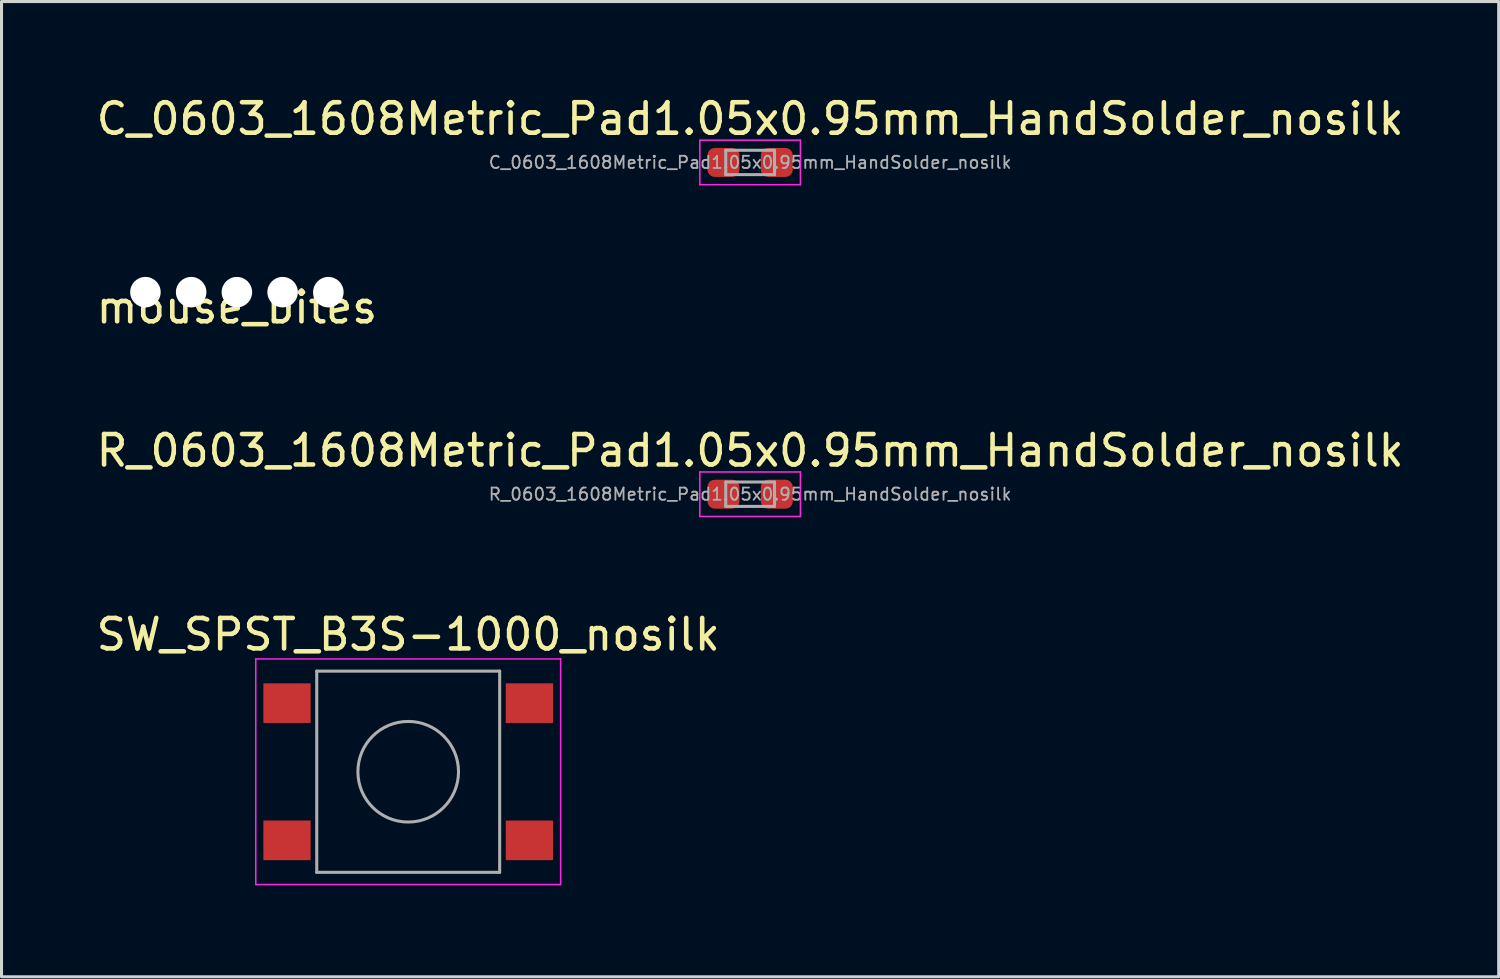
<source format=kicad_pcb>
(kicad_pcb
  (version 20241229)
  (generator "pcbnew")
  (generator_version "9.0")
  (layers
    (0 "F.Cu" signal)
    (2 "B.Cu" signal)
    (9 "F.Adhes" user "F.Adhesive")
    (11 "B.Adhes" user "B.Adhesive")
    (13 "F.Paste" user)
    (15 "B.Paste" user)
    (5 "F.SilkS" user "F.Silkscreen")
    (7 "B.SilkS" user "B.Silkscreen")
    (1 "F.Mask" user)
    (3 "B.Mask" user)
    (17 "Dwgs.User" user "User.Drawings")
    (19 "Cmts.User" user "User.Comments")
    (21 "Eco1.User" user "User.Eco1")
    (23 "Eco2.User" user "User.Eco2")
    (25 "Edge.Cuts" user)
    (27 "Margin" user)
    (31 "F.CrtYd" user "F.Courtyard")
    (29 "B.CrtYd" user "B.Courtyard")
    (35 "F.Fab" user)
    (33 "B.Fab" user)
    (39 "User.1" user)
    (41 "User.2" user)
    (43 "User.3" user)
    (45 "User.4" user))
  (footprint "R_0603_1608Metric_Pad1.05x0.95mm_HandSolder_nosilk"
    (layer "F.Cu")
    (at 21.554 13.16)
    (property "Reference" "R_0603_1608Metric_Pad1.05x0.95mm_HandSolder_nosilk" (at 0 -1.43 0) (layer "F.SilkS") (effects (font (size 1 1) (thickness 0.15))))
    (attr smd)
    (fp_line (start -1.65 -0.73) (end 1.65 -0.73) (stroke (width 0.05) (type solid)) (layer "F.CrtYd"))
    (fp_line (start -1.65 0.73) (end -1.65 -0.73) (stroke (width 0.05) (type solid)) (layer "F.CrtYd"))
    (fp_line (start 1.65 -0.73) (end 1.65 0.73) (stroke (width 0.05) (type solid)) (layer "F.CrtYd"))
    (fp_line (start 1.65 0.73) (end -1.65 0.73) (stroke (width 0.05) (type solid)) (layer "F.CrtYd"))
    (fp_line (start -0.8 -0.4) (end 0.8 -0.4) (stroke (width 0.1) (type solid)) (layer "F.Fab"))
    (fp_line (start -0.8 0.4) (end -0.8 -0.4) (stroke (width 0.1) (type solid)) (layer "F.Fab"))
    (fp_line (start 0.8 -0.4) (end 0.8 0.4) (stroke (width 0.1) (type solid)) (layer "F.Fab"))
    (fp_line (start 0.8 0.4) (end -0.8 0.4) (stroke (width 0.1) (type solid)) (layer "F.Fab"))
    (fp_text user "${REFERENCE}" (at 0 0 0) (layer "F.Fab") (effects (font (size 0.4 0.4) (thickness 0.06))))
    (pad "1" smd roundrect (at -0.875 0) (size 1.05 0.95) (layers "F.Cu" "F.Mask" "F.Paste") (roundrect_rratio 0.25))
    (pad "2" smd roundrect (at 0.875 0) (size 1.05 0.95) (layers "F.Cu" "F.Mask" "F.Paste") (roundrect_rratio 0.25)))
  (footprint "SW_SPST_B3S-1000_nosilk"
    (layer "F.Cu")
    (at 10.339 22.263)
    (property "Reference" "SW_SPST_B3S-1000_nosilk" (at 0 -4.5 0) (layer "F.SilkS") (effects (font (size 1 1) (thickness 0.15))))
    (attr smd)
    (fp_line (start -5 -3.7) (end -5 3.7) (stroke (width 0.05) (type solid)) (layer "F.CrtYd"))
    (fp_line (start -5 3.7) (end 5 3.7) (stroke (width 0.05) (type solid)) (layer "F.CrtYd"))
    (fp_line (start 5 -3.7) (end -5 -3.7) (stroke (width 0.05) (type solid)) (layer "F.CrtYd"))
    (fp_line (start 5 3.7) (end 5 -3.7) (stroke (width 0.05) (type solid)) (layer "F.CrtYd"))
    (fp_line (start -3 -3.3) (end 3 -3.3) (stroke (width 0.1) (type solid)) (layer "F.Fab"))
    (fp_line (start -3 3.3) (end -3 -3.3) (stroke (width 0.1) (type solid)) (layer "F.Fab"))
    (fp_line (start 3 -3.3) (end 3 3.3) (stroke (width 0.1) (type solid)) (layer "F.Fab"))
    (fp_line (start 3 3.3) (end -3 3.3) (stroke (width 0.1) (type solid)) (layer "F.Fab"))
    (fp_circle (center 0 0) (end 1.65 0) (stroke (width 0.1) (type solid)) (fill no) (layer "F.Fab"))
    (pad "1" smd rect (at -3.975 -2.25) (size 1.55 1.3) (layers "F.Cu" "F.Mask" "F.Paste"))
    (pad "1" smd rect (at 3.975 -2.25) (size 1.55 1.3) (layers "F.Cu" "F.Mask" "F.Paste"))
    (pad "2" smd rect (at -3.975 2.25) (size 1.55 1.3) (layers "F.Cu" "F.Mask" "F.Paste"))
    (pad "2" smd rect (at 3.975 2.25) (size 1.55 1.3) (layers "F.Cu" "F.Mask" "F.Paste")))
  (footprint "mouse_bites"
    (layer "F.Cu")
    (at 4.72 6.533)
    (property "Reference" "mouse_bites" (at 0 0.5 0) (layer "F.SilkS") (effects (font (size 1 1) (thickness 0.15))))
    (attr through_hole)
    (pad "" np_thru_hole circle (at -3 0) (size 1 1) (drill 1) (layers "*.Cu" "*.Mask"))
    (pad "" np_thru_hole circle (at -1.5 0) (size 1 1) (drill 1) (layers "*.Cu" "*.Mask"))
    (pad "" np_thru_hole circle (at 0 0) (size 1 1) (drill 1) (layers "*.Cu" "*.Mask"))
    (pad "" np_thru_hole circle (at 1.5 0) (size 1 1) (drill 1) (layers "*.Cu" "*.Mask"))
    (pad "" np_thru_hole circle (at 3 0) (size 1 1) (drill 1) (layers "*.Cu" "*.Mask")))
  (footprint "C_0603_1608Metric_Pad1.05x0.95mm_HandSolder_nosilk"
    (layer "F.Cu")
    (at 21.554 2.278)
    (property "Reference" "C_0603_1608Metric_Pad1.05x0.95mm_HandSolder_nosilk" (at 0 -1.43 0) (layer "F.SilkS") (effects (font (size 1 1) (thickness 0.15))))
    (attr smd)
    (fp_line (start -1.65 -0.73) (end 1.65 -0.73) (stroke (width 0.05) (type solid)) (layer "F.CrtYd"))
    (fp_line (start -1.65 0.73) (end -1.65 -0.73) (stroke (width 0.05) (type solid)) (layer "F.CrtYd"))
    (fp_line (start 1.65 -0.73) (end 1.65 0.73) (stroke (width 0.05) (type solid)) (layer "F.CrtYd"))
    (fp_line (start 1.65 0.73) (end -1.65 0.73) (stroke (width 0.05) (type solid)) (layer "F.CrtYd"))
    (fp_line (start -0.8 -0.4) (end 0.8 -0.4) (stroke (width 0.1) (type solid)) (layer "F.Fab"))
    (fp_line (start -0.8 0.4) (end -0.8 -0.4) (stroke (width 0.1) (type solid)) (layer "F.Fab"))
    (fp_line (start 0.8 -0.4) (end 0.8 0.4) (stroke (width 0.1) (type solid)) (layer "F.Fab"))
    (fp_line (start 0.8 0.4) (end -0.8 0.4) (stroke (width 0.1) (type solid)) (layer "F.Fab"))
    (fp_text user "${REFERENCE}" (at 0 0 0) (layer "F.Fab") (effects (font (size 0.4 0.4) (thickness 0.06))))
    (pad "1" smd roundrect (at -0.875 0) (size 1.05 0.95) (layers "F.Cu" "F.Mask" "F.Paste") (roundrect_rratio 0.25))
    (pad "2" smd roundrect (at 0.875 0) (size 1.05 0.95) (layers "F.Cu" "F.Mask" "F.Paste") (roundrect_rratio 0.25)))
  (gr_rect
    (start -3 -3)
    (end 46.107 28.988)
    (stroke (width 0.1) (type default))
    (fill no)
    (layer "Edge.Cuts")))
</source>
